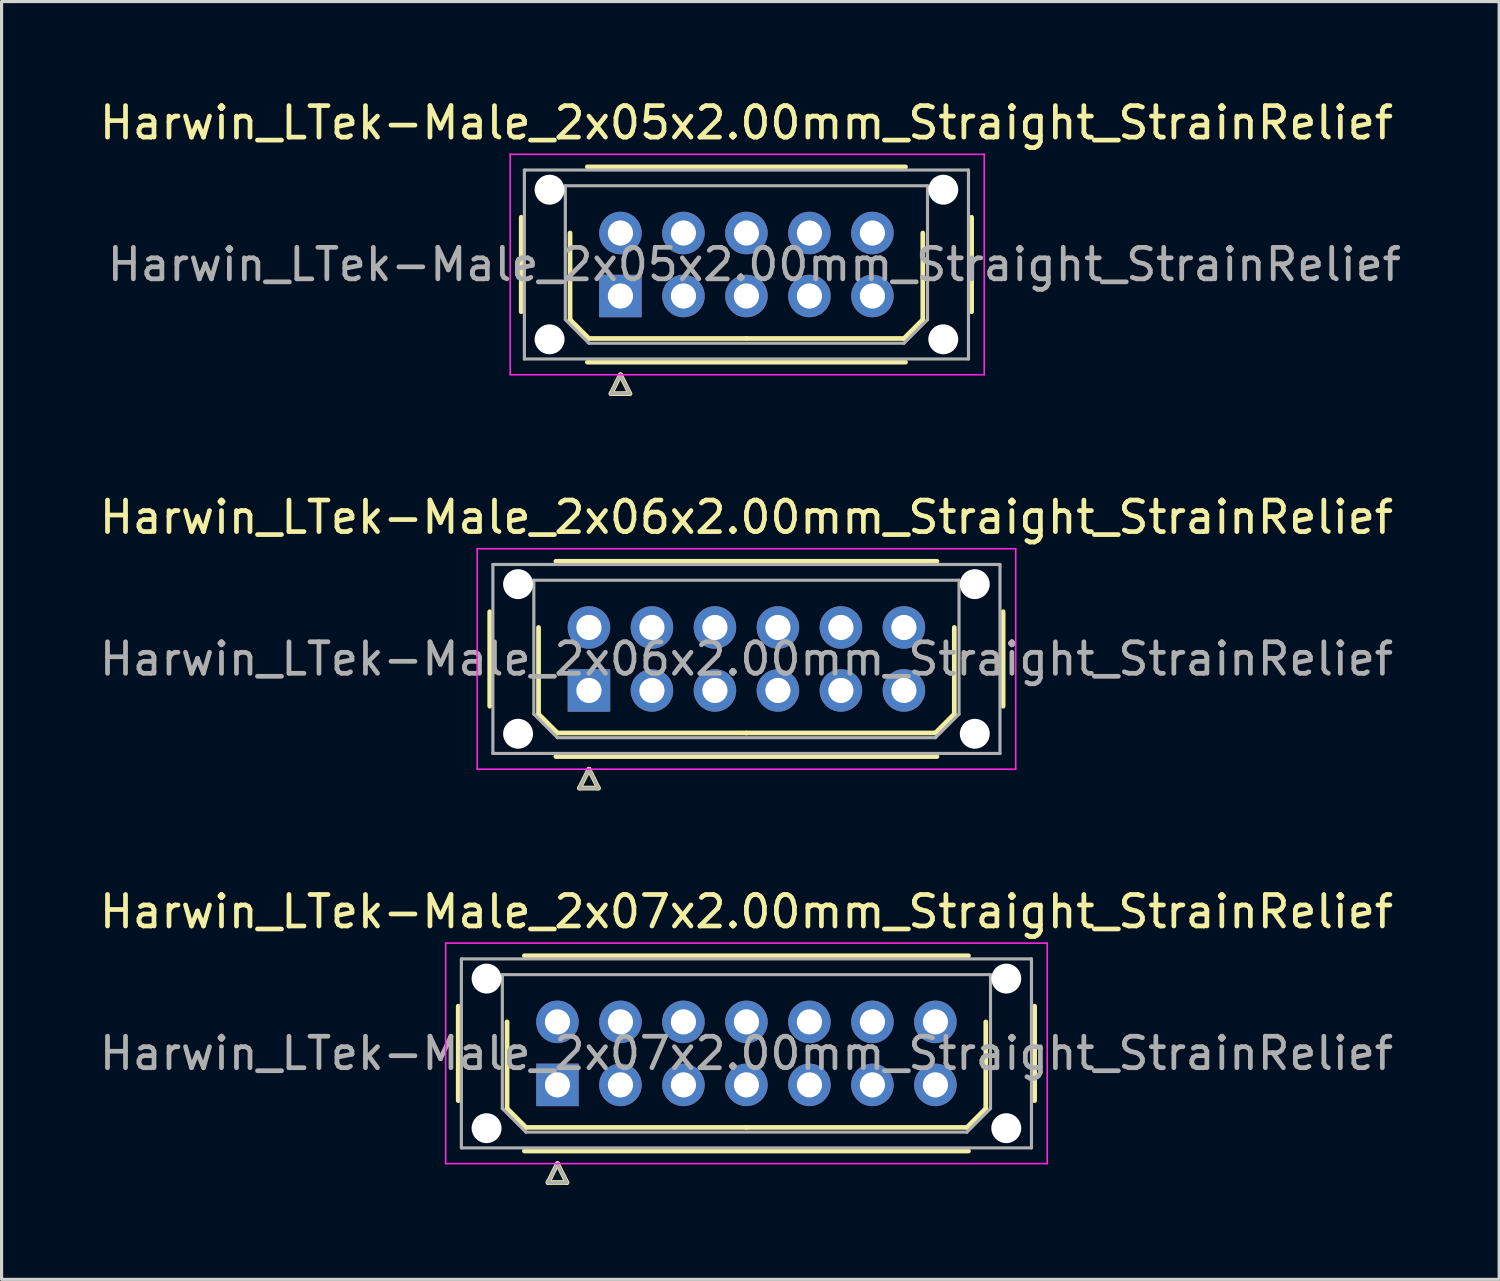
<source format=kicad_pcb>
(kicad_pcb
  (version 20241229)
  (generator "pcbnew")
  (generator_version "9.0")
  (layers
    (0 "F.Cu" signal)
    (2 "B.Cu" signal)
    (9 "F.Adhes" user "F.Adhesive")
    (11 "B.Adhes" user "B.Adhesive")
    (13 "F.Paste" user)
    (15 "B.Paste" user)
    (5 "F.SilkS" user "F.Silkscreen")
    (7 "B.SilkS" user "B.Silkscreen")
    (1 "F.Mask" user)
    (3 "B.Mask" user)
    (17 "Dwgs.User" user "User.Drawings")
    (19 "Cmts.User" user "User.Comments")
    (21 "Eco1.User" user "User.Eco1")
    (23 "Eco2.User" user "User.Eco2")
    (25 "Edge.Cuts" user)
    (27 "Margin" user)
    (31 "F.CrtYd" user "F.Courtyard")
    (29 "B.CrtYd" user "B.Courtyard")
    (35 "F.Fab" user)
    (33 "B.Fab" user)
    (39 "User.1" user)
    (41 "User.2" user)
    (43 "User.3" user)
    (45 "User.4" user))
  (footprint "Harwin_LTek-Male_2x07x2.00mm_Straight_StrainRelief"
    (layer "F.Cu")
    (at 14.649 31.395)
    (property "Reference" "Harwin_LTek-Male_2x07x2.00mm_Straight_StrainRelief" (at 6 -5.5 0) (layer "F.SilkS") (effects (font (size 1 1) (thickness 0.15))))
    (attr through_hole)
    (fp_line (start -3.15 -2.5) (end -3.15 0.5) (stroke (width 0.15) (type solid)) (layer "F.SilkS"))
    (fp_line (start -1.6 -2) (end -1.6 0.75) (stroke (width 0.15) (type solid)) (layer "F.SilkS"))
    (fp_line (start -1.6 0.75) (end -1 1.35) (stroke (width 0.15) (type solid)) (layer "F.SilkS"))
    (fp_line (start -1.05 -4.1) (end 13.05 -4.1) (stroke (width 0.15) (type solid)) (layer "F.SilkS"))
    (fp_line (start -1.05 2.1) (end 13.05 2.1) (stroke (width 0.15) (type solid)) (layer "F.SilkS"))
    (fp_line (start -1 1.35) (end 6 1.35) (stroke (width 0.15) (type solid)) (layer "F.SilkS"))
    (fp_line (start -0.3 3.1) (end 0.3 3.1) (stroke (width 0.15) (type solid)) (layer "F.SilkS"))
    (fp_line (start 0 2.5) (end -0.3 3.1) (stroke (width 0.15) (type solid)) (layer "F.SilkS"))
    (fp_line (start 0.3 3.1) (end 0 2.5) (stroke (width 0.15) (type solid)) (layer "F.SilkS"))
    (fp_line (start 13 1.35) (end 6 1.35) (stroke (width 0.15) (type solid)) (layer "F.SilkS"))
    (fp_line (start 13.6 -2) (end 13.6 0.75) (stroke (width 0.15) (type solid)) (layer "F.SilkS"))
    (fp_line (start 13.6 0.75) (end 13 1.35) (stroke (width 0.15) (type solid)) (layer "F.SilkS"))
    (fp_line (start 15.15 -2.5) (end 15.15 0.5) (stroke (width 0.15) (type solid)) (layer "F.SilkS"))
    (fp_line (start -3.55 -4.5) (end -3.55 2.5) (stroke (width 0.05) (type solid)) (layer "F.CrtYd"))
    (fp_line (start -3.55 2.5) (end 15.55 2.5) (stroke (width 0.05) (type solid)) (layer "F.CrtYd"))
    (fp_line (start 15.55 -4.5) (end -3.55 -4.5) (stroke (width 0.05) (type solid)) (layer "F.CrtYd"))
    (fp_line (start 15.55 2.5) (end 15.55 -4.5) (stroke (width 0.05) (type solid)) (layer "F.CrtYd"))
    (fp_line (start -3.05 -4) (end -3.05 2) (stroke (width 0.1) (type solid)) (layer "F.Fab"))
    (fp_line (start -3.05 2) (end 15.05 2) (stroke (width 0.1) (type solid)) (layer "F.Fab"))
    (fp_line (start -1.75 -3.5) (end 13.75 -3.5) (stroke (width 0.1) (type solid)) (layer "F.Fab"))
    (fp_line (start -1.75 0.75) (end -1.75 -3.5) (stroke (width 0.1) (type solid)) (layer "F.Fab"))
    (fp_line (start -1 1.5) (end -1.75 0.75) (stroke (width 0.1) (type solid)) (layer "F.Fab"))
    (fp_line (start -0.3 3.1) (end 0.3 3.1) (stroke (width 0.1) (type solid)) (layer "F.Fab"))
    (fp_line (start 0 2.5) (end -0.3 3.1) (stroke (width 0.1) (type solid)) (layer "F.Fab"))
    (fp_line (start 0.3 3.1) (end 0 2.5) (stroke (width 0.1) (type solid)) (layer "F.Fab"))
    (fp_line (start 13 1.5) (end -1 1.5) (stroke (width 0.1) (type solid)) (layer "F.Fab"))
    (fp_line (start 13.75 -3.5) (end 13.75 0.75) (stroke (width 0.1) (type solid)) (layer "F.Fab"))
    (fp_line (start 13.75 0.75) (end 13 1.5) (stroke (width 0.1) (type solid)) (layer "F.Fab"))
    (fp_line (start 15.05 -4) (end -3.05 -4) (stroke (width 0.1) (type solid)) (layer "F.Fab"))
    (fp_line (start 15.05 2) (end 15.05 -4) (stroke (width 0.1) (type solid)) (layer "F.Fab"))
    (fp_text user "${REFERENCE}" (at 6 -1 0) (layer "F.Fab") (effects (font (size 1 1) (thickness 0.15))))
    (pad "" np_thru_hole circle (at -2.25 -3.375) (size 0.95 0.95) (drill 0.95) (layers "*.Cu" "*.Mask"))
    (pad "" np_thru_hole circle (at -2.25 1.375) (size 0.95 0.95) (drill 0.95) (layers "*.Cu" "*.Mask"))
    (pad "" np_thru_hole circle (at 14.25 -3.375) (size 0.95 0.95) (drill 0.95) (layers "*.Cu" "*.Mask"))
    (pad "" np_thru_hole circle (at 14.25 1.375) (size 0.95 0.95) (drill 0.95) (layers "*.Cu" "*.Mask"))
    (pad "1" thru_hole rect (at 0 0) (size 1.35 1.35) (drill 0.8) (layers "*.Cu" "*.Mask"))
    (pad "2" thru_hole circle (at 2 0) (size 1.35 1.35) (drill 0.8) (layers "*.Cu" "*.Mask"))
    (pad "3" thru_hole circle (at 4 0) (size 1.35 1.35) (drill 0.8) (layers "*.Cu" "*.Mask"))
    (pad "4" thru_hole circle (at 6 0) (size 1.35 1.35) (drill 0.8) (layers "*.Cu" "*.Mask"))
    (pad "5" thru_hole circle (at 8 0) (size 1.35 1.35) (drill 0.8) (layers "*.Cu" "*.Mask"))
    (pad "6" thru_hole circle (at 10 0) (size 1.35 1.35) (drill 0.8) (layers "*.Cu" "*.Mask"))
    (pad "7" thru_hole circle (at 12 0) (size 1.35 1.35) (drill 0.8) (layers "*.Cu" "*.Mask"))
    (pad "8" thru_hole circle (at 0 -2) (size 1.35 1.35) (drill 0.8) (layers "*.Cu" "*.Mask"))
    (pad "9" thru_hole circle (at 2 -2) (size 1.35 1.35) (drill 0.8) (layers "*.Cu" "*.Mask"))
    (pad "10" thru_hole circle (at 4 -2) (size 1.35 1.35) (drill 0.8) (layers "*.Cu" "*.Mask"))
    (pad "11" thru_hole circle (at 6 -2) (size 1.35 1.35) (drill 0.8) (layers "*.Cu" "*.Mask"))
    (pad "12" thru_hole circle (at 8 -2) (size 1.35 1.35) (drill 0.8) (layers "*.Cu" "*.Mask"))
    (pad "13" thru_hole circle (at 10 -2) (size 1.35 1.35) (drill 0.8) (layers "*.Cu" "*.Mask"))
    (pad "14" thru_hole circle (at 12 -2) (size 1.35 1.35) (drill 0.8) (layers "*.Cu" "*.Mask")))
  (footprint "Harwin_LTek-Male_2x05x2.00mm_Straight_StrainRelief"
    (layer "F.Cu")
    (at 16.649 6.348)
    (property "Reference" "Harwin_LTek-Male_2x05x2.00mm_Straight_StrainRelief" (at 4 -5.5 0) (layer "F.SilkS") (effects (font (size 1 1) (thickness 0.15))))
    (attr through_hole)
    (fp_line (start -3.15 -2.5) (end -3.15 0.5) (stroke (width 0.15) (type solid)) (layer "F.SilkS"))
    (fp_line (start -1.6 -2) (end -1.6 0.75) (stroke (width 0.15) (type solid)) (layer "F.SilkS"))
    (fp_line (start -1.6 0.75) (end -1 1.35) (stroke (width 0.15) (type solid)) (layer "F.SilkS"))
    (fp_line (start -1.05 -4.1) (end 9.05 -4.1) (stroke (width 0.15) (type solid)) (layer "F.SilkS"))
    (fp_line (start -1.05 2.1) (end 9.05 2.1) (stroke (width 0.15) (type solid)) (layer "F.SilkS"))
    (fp_line (start -1 1.35) (end 4 1.35) (stroke (width 0.15) (type solid)) (layer "F.SilkS"))
    (fp_line (start -0.3 3.1) (end 0.3 3.1) (stroke (width 0.15) (type solid)) (layer "F.SilkS"))
    (fp_line (start 0 2.5) (end -0.3 3.1) (stroke (width 0.15) (type solid)) (layer "F.SilkS"))
    (fp_line (start 0.3 3.1) (end 0 2.5) (stroke (width 0.15) (type solid)) (layer "F.SilkS"))
    (fp_line (start 9 1.35) (end 4 1.35) (stroke (width 0.15) (type solid)) (layer "F.SilkS"))
    (fp_line (start 9.6 -2) (end 9.6 0.75) (stroke (width 0.15) (type solid)) (layer "F.SilkS"))
    (fp_line (start 9.6 0.75) (end 9 1.35) (stroke (width 0.15) (type solid)) (layer "F.SilkS"))
    (fp_line (start 11.15 -2.5) (end 11.15 0.5) (stroke (width 0.15) (type solid)) (layer "F.SilkS"))
    (fp_line (start -3.5 -4.5) (end -3.5 2.5) (stroke (width 0.05) (type solid)) (layer "F.CrtYd"))
    (fp_line (start -3.5 2.5) (end 11.55 2.5) (stroke (width 0.05) (type solid)) (layer "F.CrtYd"))
    (fp_line (start 11.55 -4.5) (end -3.5 -4.5) (stroke (width 0.05) (type solid)) (layer "F.CrtYd"))
    (fp_line (start 11.55 2.5) (end 11.55 -4.5) (stroke (width 0.05) (type solid)) (layer "F.CrtYd"))
    (fp_line (start -3.05 -4) (end -3.05 2) (stroke (width 0.1) (type solid)) (layer "F.Fab"))
    (fp_line (start -3.05 2) (end 11.05 2) (stroke (width 0.1) (type solid)) (layer "F.Fab"))
    (fp_line (start -1.75 -3.5) (end 9.75 -3.5) (stroke (width 0.1) (type solid)) (layer "F.Fab"))
    (fp_line (start -1.75 0.75) (end -1.75 -3.5) (stroke (width 0.1) (type solid)) (layer "F.Fab"))
    (fp_line (start -1 1.5) (end -1.75 0.75) (stroke (width 0.1) (type solid)) (layer "F.Fab"))
    (fp_line (start -0.3 3.1) (end 0.3 3.1) (stroke (width 0.1) (type solid)) (layer "F.Fab"))
    (fp_line (start 0 2.5) (end -0.3 3.1) (stroke (width 0.1) (type solid)) (layer "F.Fab"))
    (fp_line (start 0.3 3.1) (end 0 2.5) (stroke (width 0.1) (type solid)) (layer "F.Fab"))
    (fp_line (start 9 1.5) (end -1 1.5) (stroke (width 0.1) (type solid)) (layer "F.Fab"))
    (fp_line (start 9.75 -3.5) (end 9.75 0.75) (stroke (width 0.1) (type solid)) (layer "F.Fab"))
    (fp_line (start 9.75 0.75) (end 9 1.5) (stroke (width 0.1) (type solid)) (layer "F.Fab"))
    (fp_line (start 11.05 -4) (end -3.05 -4) (stroke (width 0.1) (type solid)) (layer "F.Fab"))
    (fp_line (start 11.05 2) (end 11.05 -4) (stroke (width 0.1) (type solid)) (layer "F.Fab"))
    (fp_text user "${REFERENCE}" (at 4.25 -1 0) (layer "F.Fab") (effects (font (size 1 1) (thickness 0.15))))
    (pad "" np_thru_hole circle (at -2.25 -3.375) (size 0.95 0.95) (drill 0.95) (layers "*.Cu" "*.Mask"))
    (pad "" np_thru_hole circle (at -2.25 1.375) (size 0.95 0.95) (drill 0.95) (layers "*.Cu" "*.Mask"))
    (pad "" np_thru_hole circle (at 10.25 -3.375) (size 0.95 0.95) (drill 0.95) (layers "*.Cu" "*.Mask"))
    (pad "" np_thru_hole circle (at 10.25 1.375) (size 0.95 0.95) (drill 0.95) (layers "*.Cu" "*.Mask"))
    (pad "1" thru_hole rect (at 0 0) (size 1.35 1.35) (drill 0.8) (layers "*.Cu" "*.Mask"))
    (pad "2" thru_hole circle (at 2 0) (size 1.35 1.35) (drill 0.8) (layers "*.Cu" "*.Mask"))
    (pad "3" thru_hole circle (at 4 0) (size 1.35 1.35) (drill 0.8) (layers "*.Cu" "*.Mask"))
    (pad "4" thru_hole circle (at 6 0) (size 1.35 1.35) (drill 0.8) (layers "*.Cu" "*.Mask"))
    (pad "5" thru_hole circle (at 8 0) (size 1.35 1.35) (drill 0.8) (layers "*.Cu" "*.Mask"))
    (pad "6" thru_hole circle (at 0 -2) (size 1.35 1.35) (drill 0.8) (layers "*.Cu" "*.Mask"))
    (pad "7" thru_hole circle (at 2 -2) (size 1.35 1.35) (drill 0.8) (layers "*.Cu" "*.Mask"))
    (pad "8" thru_hole circle (at 4 -2) (size 1.35 1.35) (drill 0.8) (layers "*.Cu" "*.Mask"))
    (pad "9" thru_hole circle (at 6 -2) (size 1.35 1.35) (drill 0.8) (layers "*.Cu" "*.Mask"))
    (pad "10" thru_hole circle (at 8 -2) (size 1.35 1.35) (drill 0.8) (layers "*.Cu" "*.Mask")))
  (footprint "Harwin_LTek-Male_2x06x2.00mm_Straight_StrainRelief"
    (layer "F.Cu")
    (at 15.649 18.872)
    (property "Reference" "Harwin_LTek-Male_2x06x2.00mm_Straight_StrainRelief" (at 5 -5.5 0) (layer "F.SilkS") (effects (font (size 1 1) (thickness 0.15))))
    (attr through_hole)
    (fp_line (start -3.15 -2.5) (end -3.15 0.5) (stroke (width 0.15) (type solid)) (layer "F.SilkS"))
    (fp_line (start -1.6 -2) (end -1.6 0.75) (stroke (width 0.15) (type solid)) (layer "F.SilkS"))
    (fp_line (start -1.6 0.75) (end -1 1.35) (stroke (width 0.15) (type solid)) (layer "F.SilkS"))
    (fp_line (start -1.05 -4.1) (end 11.05 -4.1) (stroke (width 0.15) (type solid)) (layer "F.SilkS"))
    (fp_line (start -1.05 2.1) (end 11.05 2.1) (stroke (width 0.15) (type solid)) (layer "F.SilkS"))
    (fp_line (start -1 1.35) (end 5 1.35) (stroke (width 0.15) (type solid)) (layer "F.SilkS"))
    (fp_line (start -0.3 3.1) (end 0.3 3.1) (stroke (width 0.15) (type solid)) (layer "F.SilkS"))
    (fp_line (start 0 2.5) (end -0.3 3.1) (stroke (width 0.15) (type solid)) (layer "F.SilkS"))
    (fp_line (start 0.3 3.1) (end 0 2.5) (stroke (width 0.15) (type solid)) (layer "F.SilkS"))
    (fp_line (start 11 1.35) (end 5 1.35) (stroke (width 0.15) (type solid)) (layer "F.SilkS"))
    (fp_line (start 11.6 -2) (end 11.6 0.75) (stroke (width 0.15) (type solid)) (layer "F.SilkS"))
    (fp_line (start 11.6 0.75) (end 11 1.35) (stroke (width 0.15) (type solid)) (layer "F.SilkS"))
    (fp_line (start 13.15 -2.5) (end 13.15 0.5) (stroke (width 0.15) (type solid)) (layer "F.SilkS"))
    (fp_line (start -3.55 -4.5) (end -3.55 2.5) (stroke (width 0.05) (type solid)) (layer "F.CrtYd"))
    (fp_line (start -3.55 2.5) (end 13.55 2.5) (stroke (width 0.05) (type solid)) (layer "F.CrtYd"))
    (fp_line (start 13.55 -4.5) (end -3.55 -4.5) (stroke (width 0.05) (type solid)) (layer "F.CrtYd"))
    (fp_line (start 13.55 2.5) (end 13.55 -4.5) (stroke (width 0.05) (type solid)) (layer "F.CrtYd"))
    (fp_line (start -3.05 -4) (end -3.05 2) (stroke (width 0.1) (type solid)) (layer "F.Fab"))
    (fp_line (start -3.05 2) (end 13.05 2) (stroke (width 0.1) (type solid)) (layer "F.Fab"))
    (fp_line (start -1.75 -3.5) (end 11.75 -3.5) (stroke (width 0.1) (type solid)) (layer "F.Fab"))
    (fp_line (start -1.75 0.75) (end -1.75 -3.5) (stroke (width 0.1) (type solid)) (layer "F.Fab"))
    (fp_line (start -1 1.5) (end -1.75 0.75) (stroke (width 0.1) (type solid)) (layer "F.Fab"))
    (fp_line (start -0.3 3.1) (end 0.3 3.1) (stroke (width 0.1) (type solid)) (layer "F.Fab"))
    (fp_line (start 0 2.5) (end -0.3 3.1) (stroke (width 0.1) (type solid)) (layer "F.Fab"))
    (fp_line (start 0.3 3.1) (end 0 2.5) (stroke (width 0.1) (type solid)) (layer "F.Fab"))
    (fp_line (start 11 1.5) (end -1 1.5) (stroke (width 0.1) (type solid)) (layer "F.Fab"))
    (fp_line (start 11.75 -3.5) (end 11.75 0.75) (stroke (width 0.1) (type solid)) (layer "F.Fab"))
    (fp_line (start 11.75 0.75) (end 11 1.5) (stroke (width 0.1) (type solid)) (layer "F.Fab"))
    (fp_line (start 13.05 -4) (end -3.05 -4) (stroke (width 0.1) (type solid)) (layer "F.Fab"))
    (fp_line (start 13.05 2) (end 13.05 -4) (stroke (width 0.1) (type solid)) (layer "F.Fab"))
    (fp_text user "${REFERENCE}" (at 5 -1 0) (layer "F.Fab") (effects (font (size 1 1) (thickness 0.15))))
    (pad "" np_thru_hole circle (at -2.25 -3.375) (size 0.95 0.95) (drill 0.95) (layers "*.Cu" "*.Mask"))
    (pad "" np_thru_hole circle (at -2.25 1.375) (size 0.95 0.95) (drill 0.95) (layers "*.Cu" "*.Mask"))
    (pad "" np_thru_hole circle (at 12.25 -3.375) (size 0.95 0.95) (drill 0.95) (layers "*.Cu" "*.Mask"))
    (pad "" np_thru_hole circle (at 12.25 1.375) (size 0.95 0.95) (drill 0.95) (layers "*.Cu" "*.Mask"))
    (pad "1" thru_hole rect (at 0 0) (size 1.35 1.35) (drill 0.8) (layers "*.Cu" "*.Mask"))
    (pad "2" thru_hole circle (at 2 0) (size 1.35 1.35) (drill 0.8) (layers "*.Cu" "*.Mask"))
    (pad "3" thru_hole circle (at 4 0) (size 1.35 1.35) (drill 0.8) (layers "*.Cu" "*.Mask"))
    (pad "4" thru_hole circle (at 6 0) (size 1.35 1.35) (drill 0.8) (layers "*.Cu" "*.Mask"))
    (pad "5" thru_hole circle (at 8 0) (size 1.35 1.35) (drill 0.8) (layers "*.Cu" "*.Mask"))
    (pad "6" thru_hole circle (at 10 0) (size 1.35 1.35) (drill 0.8) (layers "*.Cu" "*.Mask"))
    (pad "7" thru_hole circle (at 0 -2) (size 1.35 1.35) (drill 0.8) (layers "*.Cu" "*.Mask"))
    (pad "8" thru_hole circle (at 2 -2) (size 1.35 1.35) (drill 0.8) (layers "*.Cu" "*.Mask"))
    (pad "9" thru_hole circle (at 4 -2) (size 1.35 1.35) (drill 0.8) (layers "*.Cu" "*.Mask"))
    (pad "10" thru_hole circle (at 6 -2) (size 1.35 1.35) (drill 0.8) (layers "*.Cu" "*.Mask"))
    (pad "11" thru_hole circle (at 8 -2) (size 1.35 1.35) (drill 0.8) (layers "*.Cu" "*.Mask"))
    (pad "12" thru_hole circle (at 10 -2) (size 1.35 1.35) (drill 0.8) (layers "*.Cu" "*.Mask")))
  (gr_rect
    (start -3 -3)
    (end 44.548 37.57)
    (stroke (width 0.1) (type default))
    (fill no)
    (layer "Edge.Cuts")))
</source>
